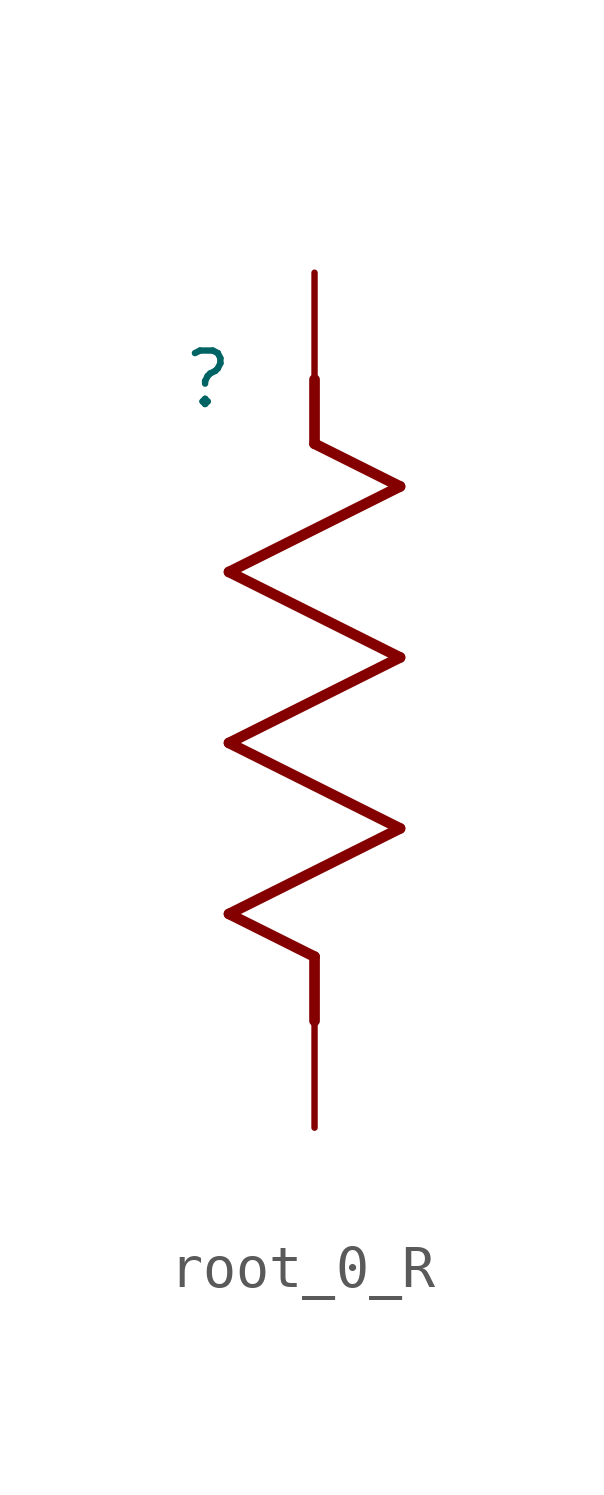
<source format=kicad_sym>
(kicad_symbol_lib
  (version 20220914)
  (generator kicad_symbol_editor)
  (symbol "root_0_R"
    (property "Reference" ""
      (at 0 0 0)
      (effects (font (size 1.27 1.27))))
    (property "Value" ""
      (at 0 0 0)
      (effects (font (size 1.27 1.27))))
    (symbol "root_0_R_1_0"
      (polyline (pts (xy 0.508 -12.7) (xy 2.54 -13.716)) (stroke (width 0.254) (type solid)) (fill (type none)))
      (polyline (pts (xy 0.508 -8.636) (xy 4.572 -10.668)) (stroke (width 0.254) (type solid)) (fill (type none)))
      (polyline (pts (xy 0.508 -8.636) (xy 4.572 -6.604)) (stroke (width 0.254) (type solid)) (fill (type none)))
      (polyline (pts (xy 0.508 -4.572) (xy 4.572 -2.54)) (stroke (width 0.254) (type solid)) (fill (type none)))
      (polyline (pts (xy 2.54 -13.716) (xy 2.54 -15.24)) (stroke (width 0.254) (type solid)) (fill (type none)))
      (polyline (pts (xy 2.54 0) (xy 2.54 -1.524)) (stroke (width 0.254) (type solid)) (fill (type none)))
      (polyline (pts (xy 4.572 -10.668) (xy 0.508 -12.7)) (stroke (width 0.254) (type solid)) (fill (type none)))
      (polyline (pts (xy 4.572 -6.604) (xy 0.508 -4.572)) (stroke (width 0.254) (type solid)) (fill (type none)))
      (polyline (pts (xy 4.572 -2.54) (xy 2.54 -1.524)) (stroke (width 0.254) (type solid)) (fill (type none)))
      (pin bidirectional line (at 2.54 2.54 270) (length 2.54) (name "1" (effects (font (size 0 0)))) (number "1" (effects (font (size 0 0)))))
      (pin bidirectional line (at 2.54 -17.78 90) (length 2.54) (name "2" (effects (font (size 0 0)))) (number "2" (effects (font (size 0 0))))))))
</source>
